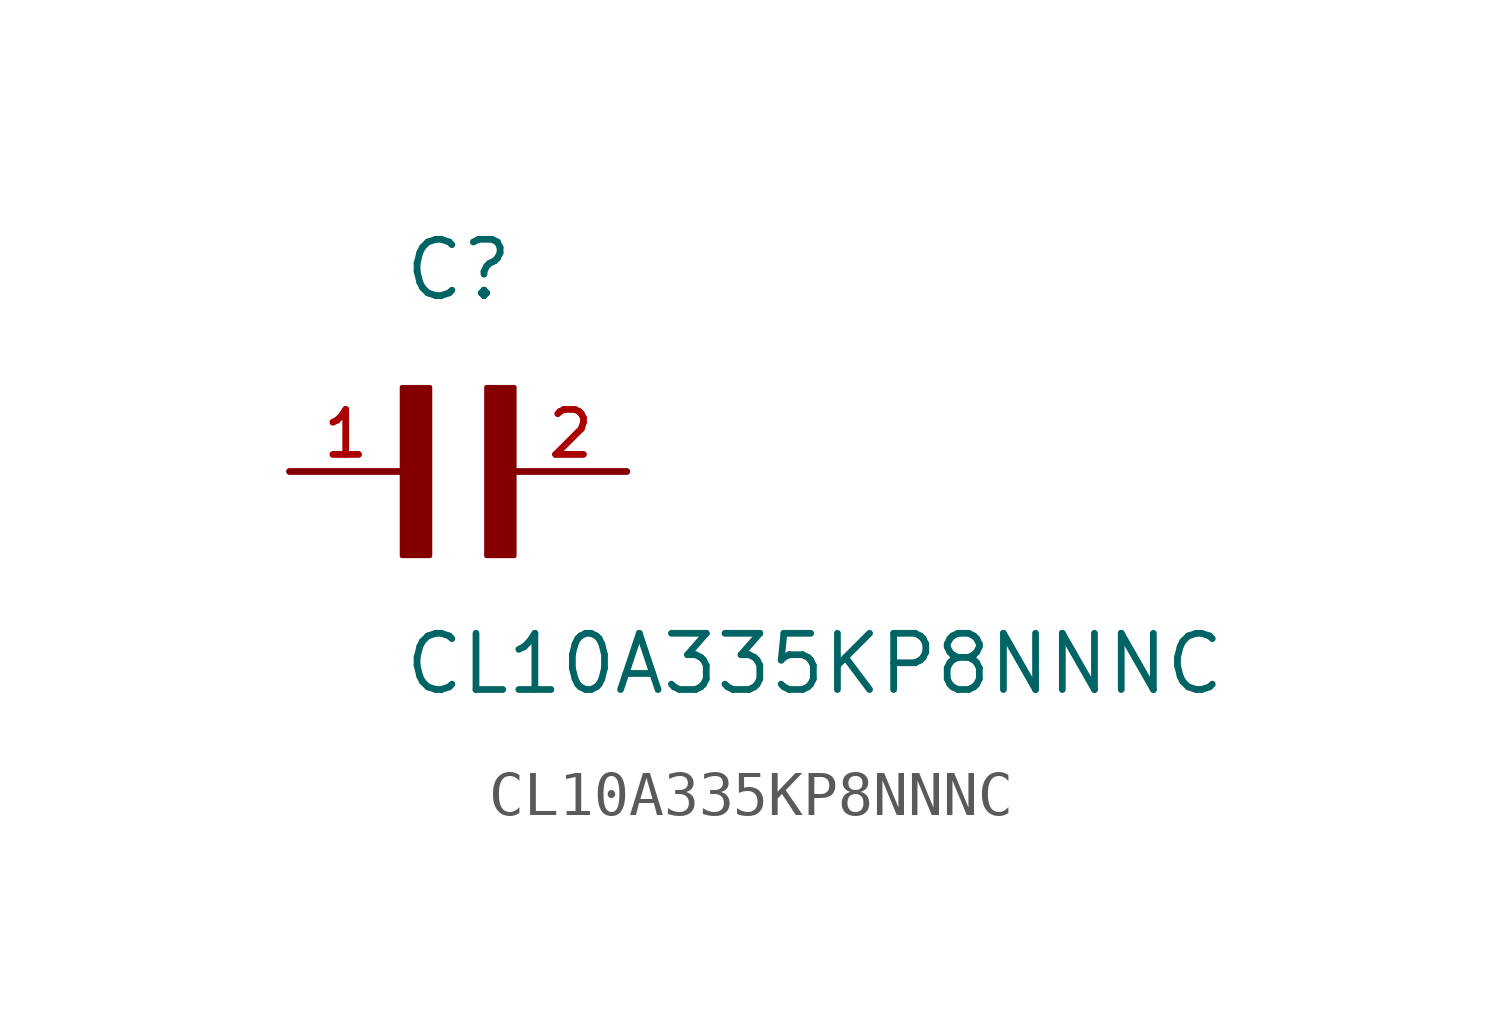
<source format=kicad_sym>
(kicad_symbol_lib
  (version 20211014)
  (generator kicad_symbol_editor)
  (symbol "CL10A335KP8NNNC"
    (pin_names
      (offset 1.016))
    (property "Reference" "C"
      (at 0.0 3.811 0)
      (effects (font (size 1.27 1.27)) (justify bottom left)))
    (property "Value" "CL10A335KP8NNNC"
      (at 0.0 -5.088 0)
      (effects (font (size 1.27 1.27)) (justify bottom left)))
    (symbol "CL10A335KP8NNNC_0_0"
      (rectangle (start 0.0 -1.907) (end 0.635 1.905) (stroke (width 0.1)) (fill (type outline)))
      (rectangle (start 1.907 -1.907) (end 2.54 1.905) (stroke (width 0.1)) (fill (type outline)))
      (pin passive line (at -2.54 0.0 0) (length 2.54) (name "~" (effects (font (size 1.016 1.016)))) (number "1" (effects (font (size 1.016 1.016)))))
      (pin passive line (at 5.08 0.0 180.0) (length 2.54) (name "~" (effects (font (size 1.016 1.016)))) (number "2" (effects (font (size 1.016 1.016))))))))
</source>
